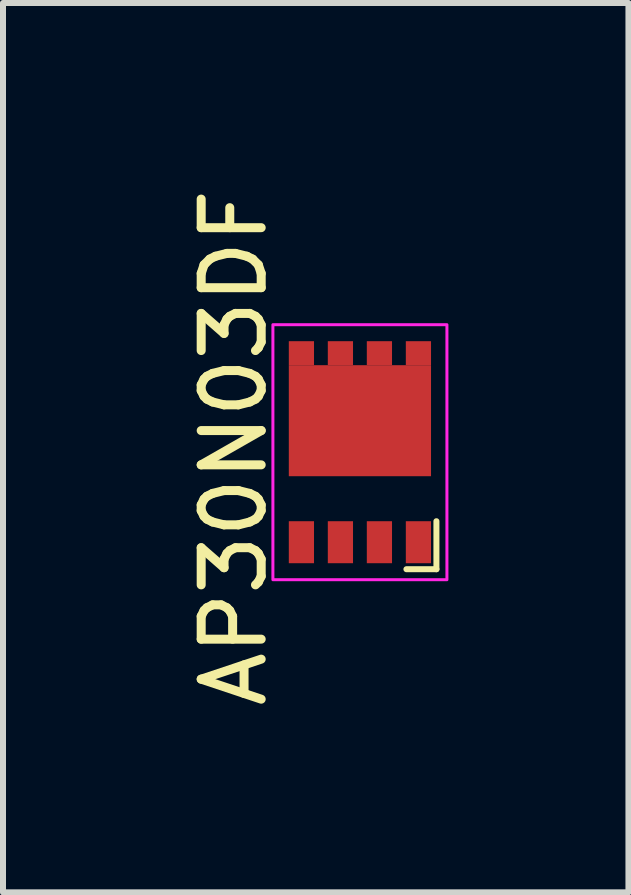
<source format=kicad_pcb>
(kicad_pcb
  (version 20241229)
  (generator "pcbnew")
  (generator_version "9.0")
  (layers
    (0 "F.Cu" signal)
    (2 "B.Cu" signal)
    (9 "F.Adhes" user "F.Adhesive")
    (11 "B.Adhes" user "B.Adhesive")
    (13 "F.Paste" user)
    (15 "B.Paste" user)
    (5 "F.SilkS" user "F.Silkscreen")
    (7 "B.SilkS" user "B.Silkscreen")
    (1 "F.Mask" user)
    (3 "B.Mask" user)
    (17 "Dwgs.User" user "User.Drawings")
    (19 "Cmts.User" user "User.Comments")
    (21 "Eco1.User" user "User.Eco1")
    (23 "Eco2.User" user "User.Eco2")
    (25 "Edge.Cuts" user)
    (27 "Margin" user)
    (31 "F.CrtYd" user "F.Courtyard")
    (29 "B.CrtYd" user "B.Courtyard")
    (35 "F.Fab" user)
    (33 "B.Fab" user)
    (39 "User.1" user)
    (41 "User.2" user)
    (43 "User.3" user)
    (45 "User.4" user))
  (footprint "AP30N03DF"
    (layer "F.Cu")
    (at 1.973 5.986)
    (property "Reference" "AP30N03DF" (at -1.125 -1.575 90) (unlocked yes) (layer "F.SilkS") (effects (font (size 1 1) (thickness 0.15))))
    (attr smd)
    (fp_line (start 2.25 -0.35) (end 2.25 0.45) (stroke (width 0.1) (type default)) (layer "F.SilkS"))
    (fp_line (start 2.25 0.45) (end 1.75 0.45) (stroke (width 0.1) (type default)) (layer "F.SilkS"))
    (fp_rect (start -0.475 -3.625) (end 2.425 0.625) (stroke (width 0.05) (type default)) (fill no) (layer "F.CrtYd"))
    (pad "1" smd rect (at 0 0) (size 0.42 0.7) (layers "F.Cu" "F.Mask" "F.Paste"))
    (pad "1" smd rect (at 0.65 0) (size 0.42 0.7) (layers "F.Cu" "F.Mask" "F.Paste"))
    (pad "1" smd rect (at 1.3 0) (size 0.42 0.7) (layers "F.Cu" "F.Mask" "F.Paste"))
    (pad "2" smd rect (at 1.95 0) (size 0.42 0.7) (layers "F.Cu" "F.Mask" "F.Paste"))
    (pad "3" smd rect (at 0 -3.15) (size 0.42 0.4) (layers "F.Cu" "F.Mask" "F.Paste"))
    (pad "3" smd rect (at 0.65 -3.15) (size 0.42 0.4) (layers "F.Cu" "F.Mask" "F.Paste"))
    (pad "3" smd rect (at 0.975 -2.025) (size 2.37 1.85) (layers "F.Cu" "F.Mask" "F.Paste"))
    (pad "3" smd rect (at 1.3 -3.15) (size 0.42 0.4) (layers "F.Cu" "F.Mask" "F.Paste"))
    (pad "3" smd rect (at 1.95 -3.15) (size 0.42 0.4) (layers "F.Cu" "F.Mask" "F.Paste")))
  (gr_rect
    (start -3 -3)
    (end 7.423 11.821)
    (stroke (width 0.1) (type default))
    (fill no)
    (layer "Edge.Cuts")))
</source>
